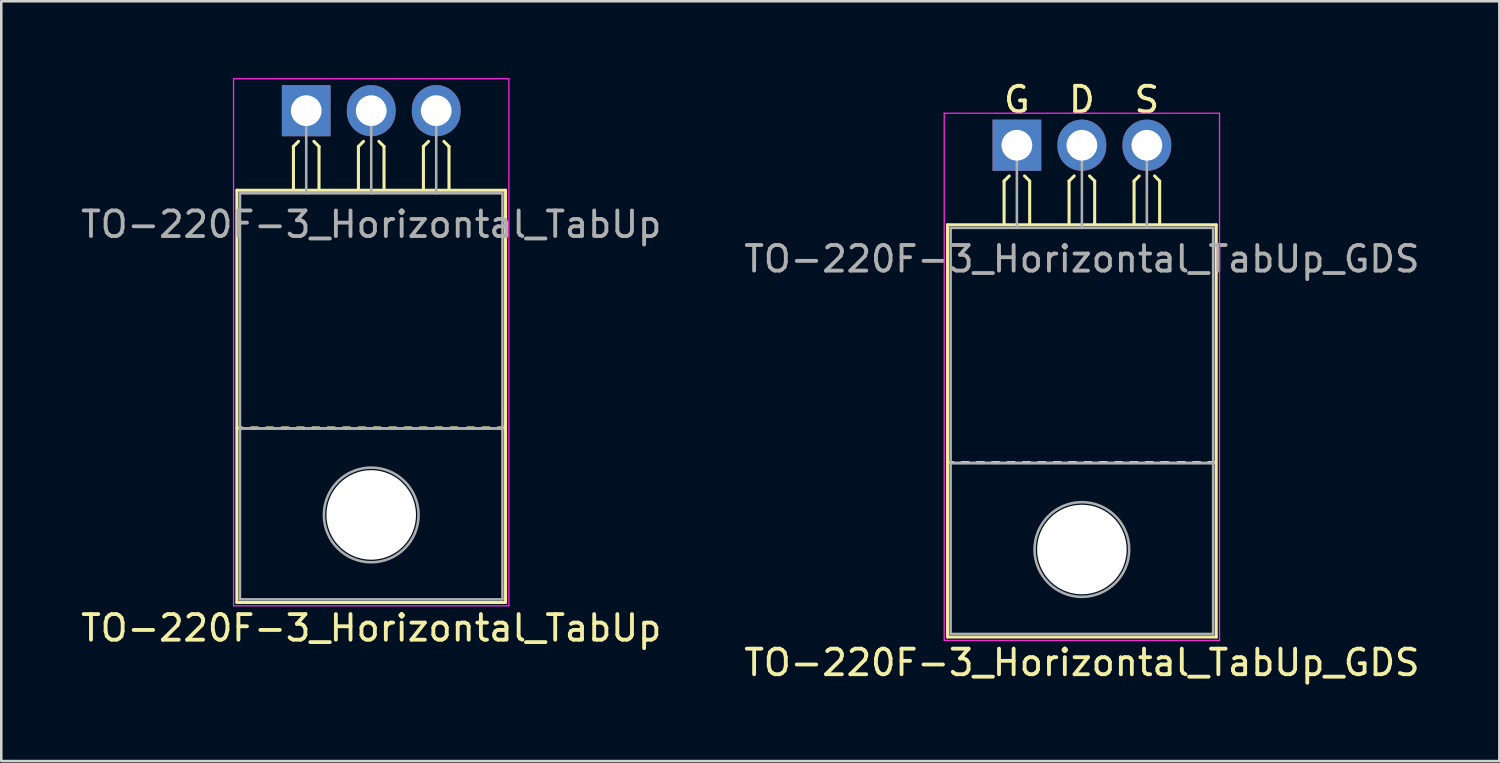
<source format=kicad_pcb>
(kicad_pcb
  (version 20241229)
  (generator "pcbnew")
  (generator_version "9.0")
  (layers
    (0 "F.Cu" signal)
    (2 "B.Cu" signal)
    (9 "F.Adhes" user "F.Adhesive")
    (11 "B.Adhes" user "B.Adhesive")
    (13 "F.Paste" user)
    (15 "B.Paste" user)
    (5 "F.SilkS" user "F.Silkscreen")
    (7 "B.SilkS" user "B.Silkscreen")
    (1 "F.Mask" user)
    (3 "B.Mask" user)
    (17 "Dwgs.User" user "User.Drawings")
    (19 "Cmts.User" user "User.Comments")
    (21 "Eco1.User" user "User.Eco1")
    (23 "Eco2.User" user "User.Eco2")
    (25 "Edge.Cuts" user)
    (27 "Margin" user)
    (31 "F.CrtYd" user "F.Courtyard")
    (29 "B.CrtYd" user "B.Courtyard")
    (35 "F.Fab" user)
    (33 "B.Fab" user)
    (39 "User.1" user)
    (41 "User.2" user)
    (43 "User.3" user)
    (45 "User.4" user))
  (footprint "TO-220F-3_Horizontal_TabUp"
    (layer "F.Cu")
    (at 8.918 1.275)
    (property "Reference" "TO-220F-3_Horizontal_TabUp" (at 2.54 20.22 0) (layer "F.SilkS") (effects (font (size 1 1) (thickness 0.15))))
    (attr through_hole)
    (fp_line (start -2.71 19.22) (end -2.71 3.11) (stroke (width 0.12) (type solid)) (layer "F.SilkS"))
    (fp_line (start -2.5 12.4) (end -2.7 12.4) (stroke (width 0.12) (type solid)) (layer "F.SilkS"))
    (fp_line (start -1.9 12.4) (end -2.15 12.4) (stroke (width 0.12) (type solid)) (layer "F.SilkS"))
    (fp_line (start -1.3 12.4) (end -1.55 12.4) (stroke (width 0.12) (type solid)) (layer "F.SilkS"))
    (fp_line (start -0.7 12.4) (end -0.95 12.4) (stroke (width 0.12) (type solid)) (layer "F.SilkS"))
    (fp_line (start -0.5 1.4) (end -0.3 1.2) (stroke (width 0.12) (type solid)) (layer "F.SilkS"))
    (fp_line (start -0.5 3.048) (end -0.5 1.4) (stroke (width 0.12) (type solid)) (layer "F.SilkS"))
    (fp_line (start -0.1 12.4) (end -0.35 12.4) (stroke (width 0.12) (type solid)) (layer "F.SilkS"))
    (fp_line (start 0.5 1.4) (end 0.3 1.2) (stroke (width 0.12) (type solid)) (layer "F.SilkS"))
    (fp_line (start 0.5 3.048) (end 0.5 1.4) (stroke (width 0.12) (type solid)) (layer "F.SilkS"))
    (fp_line (start 0.5 12.4) (end 0.25 12.4) (stroke (width 0.12) (type solid)) (layer "F.SilkS"))
    (fp_line (start 1.1 12.4) (end 0.85 12.4) (stroke (width 0.12) (type solid)) (layer "F.SilkS"))
    (fp_line (start 1.7 12.4) (end 1.45 12.4) (stroke (width 0.12) (type solid)) (layer "F.SilkS"))
    (fp_line (start 2.04 1.4) (end 2.24 1.2) (stroke (width 0.12) (type solid)) (layer "F.SilkS"))
    (fp_line (start 2.04 3.048) (end 2.04 1.4) (stroke (width 0.12) (type solid)) (layer "F.SilkS"))
    (fp_line (start 2.3 12.4) (end 2.05 12.4) (stroke (width 0.12) (type solid)) (layer "F.SilkS"))
    (fp_line (start 2.9 12.4) (end 2.65 12.4) (stroke (width 0.12) (type solid)) (layer "F.SilkS"))
    (fp_line (start 3.04 1.4) (end 2.84 1.2) (stroke (width 0.12) (type solid)) (layer "F.SilkS"))
    (fp_line (start 3.04 3.048) (end 3.04 1.4) (stroke (width 0.12) (type solid)) (layer "F.SilkS"))
    (fp_line (start 3.5 12.4) (end 3.25 12.4) (stroke (width 0.12) (type solid)) (layer "F.SilkS"))
    (fp_line (start 4.1 12.4) (end 3.85 12.4) (stroke (width 0.12) (type solid)) (layer "F.SilkS"))
    (fp_line (start 4.58 1.4) (end 4.78 1.2) (stroke (width 0.12) (type solid)) (layer "F.SilkS"))
    (fp_line (start 4.58 3.048) (end 4.58 1.4) (stroke (width 0.12) (type solid)) (layer "F.SilkS"))
    (fp_line (start 4.7 12.4) (end 4.45 12.4) (stroke (width 0.12) (type solid)) (layer "F.SilkS"))
    (fp_line (start 5.3 12.4) (end 5.05 12.4) (stroke (width 0.12) (type solid)) (layer "F.SilkS"))
    (fp_line (start 5.58 1.4) (end 5.38 1.2) (stroke (width 0.12) (type solid)) (layer "F.SilkS"))
    (fp_line (start 5.58 3.048) (end 5.58 1.4) (stroke (width 0.12) (type solid)) (layer "F.SilkS"))
    (fp_line (start 5.9 12.4) (end 5.65 12.4) (stroke (width 0.12) (type solid)) (layer "F.SilkS"))
    (fp_line (start 6.55 12.4) (end 6.3 12.4) (stroke (width 0.12) (type solid)) (layer "F.SilkS"))
    (fp_line (start 7.15 12.4) (end 6.9 12.4) (stroke (width 0.12) (type solid)) (layer "F.SilkS"))
    (fp_line (start 7.75 12.4) (end 7.5 12.4) (stroke (width 0.12) (type solid)) (layer "F.SilkS"))
    (fp_line (start 7.79 3.11) (end -2.71 3.11) (stroke (width 0.12) (type solid)) (layer "F.SilkS"))
    (fp_line (start 7.79 19.22) (end -2.71 19.22) (stroke (width 0.12) (type solid)) (layer "F.SilkS"))
    (fp_line (start 7.79 19.22) (end 7.79 3.11) (stroke (width 0.12) (type solid)) (layer "F.SilkS"))
    (fp_line (start -2.84 -1.25) (end -2.84 19.35) (stroke (width 0.05) (type solid)) (layer "F.CrtYd"))
    (fp_line (start -2.84 19.35) (end 7.92 19.35) (stroke (width 0.05) (type solid)) (layer "F.CrtYd"))
    (fp_line (start 7.92 -1.25) (end -2.84 -1.25) (stroke (width 0.05) (type solid)) (layer "F.CrtYd"))
    (fp_line (start 7.92 19.35) (end 7.92 -1.25) (stroke (width 0.05) (type solid)) (layer "F.CrtYd"))
    (fp_line (start -2.59 3.23) (end -2.59 12.42) (stroke (width 0.1) (type solid)) (layer "F.Fab"))
    (fp_line (start -2.59 12.42) (end -2.59 19.1) (stroke (width 0.1) (type solid)) (layer "F.Fab"))
    (fp_line (start -2.59 12.42) (end 7.67 12.42) (stroke (width 0.1) (type solid)) (layer "F.Fab"))
    (fp_line (start -2.59 19.1) (end 7.67 19.1) (stroke (width 0.1) (type solid)) (layer "F.Fab"))
    (fp_line (start 0 3.23) (end 0 0) (stroke (width 0.1) (type solid)) (layer "F.Fab"))
    (fp_line (start 2.54 3.23) (end 2.54 0) (stroke (width 0.1) (type solid)) (layer "F.Fab"))
    (fp_line (start 5.08 3.23) (end 5.08 0) (stroke (width 0.1) (type solid)) (layer "F.Fab"))
    (fp_line (start 7.67 3.23) (end -2.59 3.23) (stroke (width 0.1) (type solid)) (layer "F.Fab"))
    (fp_line (start 7.67 12.42) (end -2.59 12.42) (stroke (width 0.1) (type solid)) (layer "F.Fab"))
    (fp_line (start 7.67 12.42) (end 7.67 3.23) (stroke (width 0.1) (type solid)) (layer "F.Fab"))
    (fp_line (start 7.67 19.1) (end 7.67 12.42) (stroke (width 0.1) (type solid)) (layer "F.Fab"))
    (fp_circle (center 2.54 15.8) (end 4.39 15.8) (stroke (width 0.1) (type solid)) (fill no) (layer "F.Fab"))
    (fp_text user "${REFERENCE}" (at 2.54 4.445 0) (layer "F.Fab") (effects (font (size 1 1) (thickness 0.15))))
    (pad "" np_thru_hole oval (at 2.54 15.8) (size 3.5 3.5) (drill 3.5) (layers "*.Cu" "*.Mask"))
    (pad "1" thru_hole rect (at 0 0) (size 1.905 2) (drill 1.2) (layers "*.Cu" "*.Mask"))
    (pad "2" thru_hole oval (at 2.54 0) (size 1.905 2) (drill 1.2) (layers "*.Cu" "*.Mask"))
    (pad "3" thru_hole oval (at 5.08 0) (size 1.905 2) (drill 1.2) (layers "*.Cu" "*.Mask")))
  (footprint "TO-220F-3_Horizontal_TabUp_GDS"
    (layer "F.Cu")
    (at 36.692 2.626)
    (property "Reference" "TO-220F-3_Horizontal_TabUp_GDS" (at 2.54 20.22 0) (layer "F.SilkS") (effects (font (size 1 1) (thickness 0.15))))
    (fp_line (start -2.71 19.22) (end -2.71 3.11) (stroke (width 0.12) (type solid)) (layer "F.SilkS"))
    (fp_line (start -2.5 12.4) (end -2.7 12.4) (stroke (width 0.12) (type solid)) (layer "F.SilkS"))
    (fp_line (start -1.9 12.4) (end -2.15 12.4) (stroke (width 0.12) (type solid)) (layer "F.SilkS"))
    (fp_line (start -1.3 12.4) (end -1.55 12.4) (stroke (width 0.12) (type solid)) (layer "F.SilkS"))
    (fp_line (start -0.7 12.4) (end -0.95 12.4) (stroke (width 0.12) (type solid)) (layer "F.SilkS"))
    (fp_line (start -0.5 1.4) (end -0.3 1.2) (stroke (width 0.12) (type solid)) (layer "F.SilkS"))
    (fp_line (start -0.5 3.048) (end -0.5 1.4) (stroke (width 0.12) (type solid)) (layer "F.SilkS"))
    (fp_line (start -0.1 12.4) (end -0.35 12.4) (stroke (width 0.12) (type solid)) (layer "F.SilkS"))
    (fp_line (start 0.5 1.4) (end 0.3 1.2) (stroke (width 0.12) (type solid)) (layer "F.SilkS"))
    (fp_line (start 0.5 3.048) (end 0.5 1.4) (stroke (width 0.12) (type solid)) (layer "F.SilkS"))
    (fp_line (start 0.5 12.4) (end 0.25 12.4) (stroke (width 0.12) (type solid)) (layer "F.SilkS"))
    (fp_line (start 1.1 12.4) (end 0.85 12.4) (stroke (width 0.12) (type solid)) (layer "F.SilkS"))
    (fp_line (start 1.7 12.4) (end 1.45 12.4) (stroke (width 0.12) (type solid)) (layer "F.SilkS"))
    (fp_line (start 2.04 1.4) (end 2.24 1.2) (stroke (width 0.12) (type solid)) (layer "F.SilkS"))
    (fp_line (start 2.04 3.048) (end 2.04 1.4) (stroke (width 0.12) (type solid)) (layer "F.SilkS"))
    (fp_line (start 2.3 12.4) (end 2.05 12.4) (stroke (width 0.12) (type solid)) (layer "F.SilkS"))
    (fp_line (start 2.9 12.4) (end 2.65 12.4) (stroke (width 0.12) (type solid)) (layer "F.SilkS"))
    (fp_line (start 3.04 1.4) (end 2.84 1.2) (stroke (width 0.12) (type solid)) (layer "F.SilkS"))
    (fp_line (start 3.04 3.048) (end 3.04 1.4) (stroke (width 0.12) (type solid)) (layer "F.SilkS"))
    (fp_line (start 3.5 12.4) (end 3.25 12.4) (stroke (width 0.12) (type solid)) (layer "F.SilkS"))
    (fp_line (start 4.1 12.4) (end 3.85 12.4) (stroke (width 0.12) (type solid)) (layer "F.SilkS"))
    (fp_line (start 4.58 1.4) (end 4.78 1.2) (stroke (width 0.12) (type solid)) (layer "F.SilkS"))
    (fp_line (start 4.58 3.048) (end 4.58 1.4) (stroke (width 0.12) (type solid)) (layer "F.SilkS"))
    (fp_line (start 4.7 12.4) (end 4.45 12.4) (stroke (width 0.12) (type solid)) (layer "F.SilkS"))
    (fp_line (start 5.3 12.4) (end 5.05 12.4) (stroke (width 0.12) (type solid)) (layer "F.SilkS"))
    (fp_line (start 5.58 1.4) (end 5.38 1.2) (stroke (width 0.12) (type solid)) (layer "F.SilkS"))
    (fp_line (start 5.58 3.048) (end 5.58 1.4) (stroke (width 0.12) (type solid)) (layer "F.SilkS"))
    (fp_line (start 5.9 12.4) (end 5.65 12.4) (stroke (width 0.12) (type solid)) (layer "F.SilkS"))
    (fp_line (start 6.55 12.4) (end 6.3 12.4) (stroke (width 0.12) (type solid)) (layer "F.SilkS"))
    (fp_line (start 7.15 12.4) (end 6.9 12.4) (stroke (width 0.12) (type solid)) (layer "F.SilkS"))
    (fp_line (start 7.75 12.4) (end 7.5 12.4) (stroke (width 0.12) (type solid)) (layer "F.SilkS"))
    (fp_line (start 7.79 3.11) (end -2.71 3.11) (stroke (width 0.12) (type solid)) (layer "F.SilkS"))
    (fp_line (start 7.79 19.22) (end -2.71 19.22) (stroke (width 0.12) (type solid)) (layer "F.SilkS"))
    (fp_line (start 7.79 19.22) (end 7.79 3.11) (stroke (width 0.12) (type solid)) (layer "F.SilkS"))
    (fp_line (start -2.84 -1.25) (end -2.84 19.35) (stroke (width 0.05) (type solid)) (layer "F.CrtYd"))
    (fp_line (start -2.84 19.35) (end 7.92 19.35) (stroke (width 0.05) (type solid)) (layer "F.CrtYd"))
    (fp_line (start 7.92 -1.25) (end -2.84 -1.25) (stroke (width 0.05) (type solid)) (layer "F.CrtYd"))
    (fp_line (start 7.92 19.35) (end 7.92 -1.25) (stroke (width 0.05) (type solid)) (layer "F.CrtYd"))
    (fp_line (start -2.59 3.23) (end -2.59 12.42) (stroke (width 0.1) (type solid)) (layer "F.Fab"))
    (fp_line (start -2.59 12.42) (end -2.59 19.1) (stroke (width 0.1) (type solid)) (layer "F.Fab"))
    (fp_line (start -2.59 12.42) (end 7.67 12.42) (stroke (width 0.1) (type solid)) (layer "F.Fab"))
    (fp_line (start -2.59 19.1) (end 7.67 19.1) (stroke (width 0.1) (type solid)) (layer "F.Fab"))
    (fp_line (start 0 3.23) (end 0 0) (stroke (width 0.1) (type solid)) (layer "F.Fab"))
    (fp_line (start 2.54 3.23) (end 2.54 0) (stroke (width 0.1) (type solid)) (layer "F.Fab"))
    (fp_line (start 5.08 3.23) (end 5.08 0) (stroke (width 0.1) (type solid)) (layer "F.Fab"))
    (fp_line (start 7.67 3.23) (end -2.59 3.23) (stroke (width 0.1) (type solid)) (layer "F.Fab"))
    (fp_line (start 7.67 12.42) (end -2.59 12.42) (stroke (width 0.1) (type solid)) (layer "F.Fab"))
    (fp_line (start 7.67 12.42) (end 7.67 3.23) (stroke (width 0.1) (type solid)) (layer "F.Fab"))
    (fp_line (start 7.67 19.1) (end 7.67 12.42) (stroke (width 0.1) (type solid)) (layer "F.Fab"))
    (fp_circle (center 2.54 15.8) (end 4.39 15.8) (stroke (width 0.1) (type solid)) (fill no) (layer "F.Fab"))
    (fp_text user "S" (at 5.08 -1.778 0) (layer "F.SilkS") (effects (font (size 1 1) (thickness 0.15))))
    (fp_text user "G" (at 0 -1.778 0) (layer "F.SilkS") (effects (font (size 1 1) (thickness 0.15))))
    (fp_text user "D" (at 2.54 -1.778 0) (layer "F.SilkS") (effects (font (size 1 1) (thickness 0.15))))
    (fp_text user "${REFERENCE}" (at 2.54 4.445 0) (layer "F.Fab") (effects (font (size 1 1) (thickness 0.15))))
    (pad "" np_thru_hole oval (at 2.54 15.8) (size 3.5 3.5) (drill 3.5) (layers "*.Cu" "*.Mask"))
    (pad "1" thru_hole rect (at 0 0) (size 1.905 2) (drill 1.2) (layers "*.Cu" "*.Mask"))
    (pad "2" thru_hole oval (at 2.54 0) (size 1.905 2) (drill 1.2) (layers "*.Cu" "*.Mask"))
    (pad "3" thru_hole oval (at 5.08 0) (size 1.905 2) (drill 1.2) (layers "*.Cu" "*.Mask")))
  (gr_rect
    (start -3 -3)
    (end 55.548 26.695)
    (stroke (width 0.1) (type default))
    (fill no)
    (layer "Edge.Cuts")))
</source>
